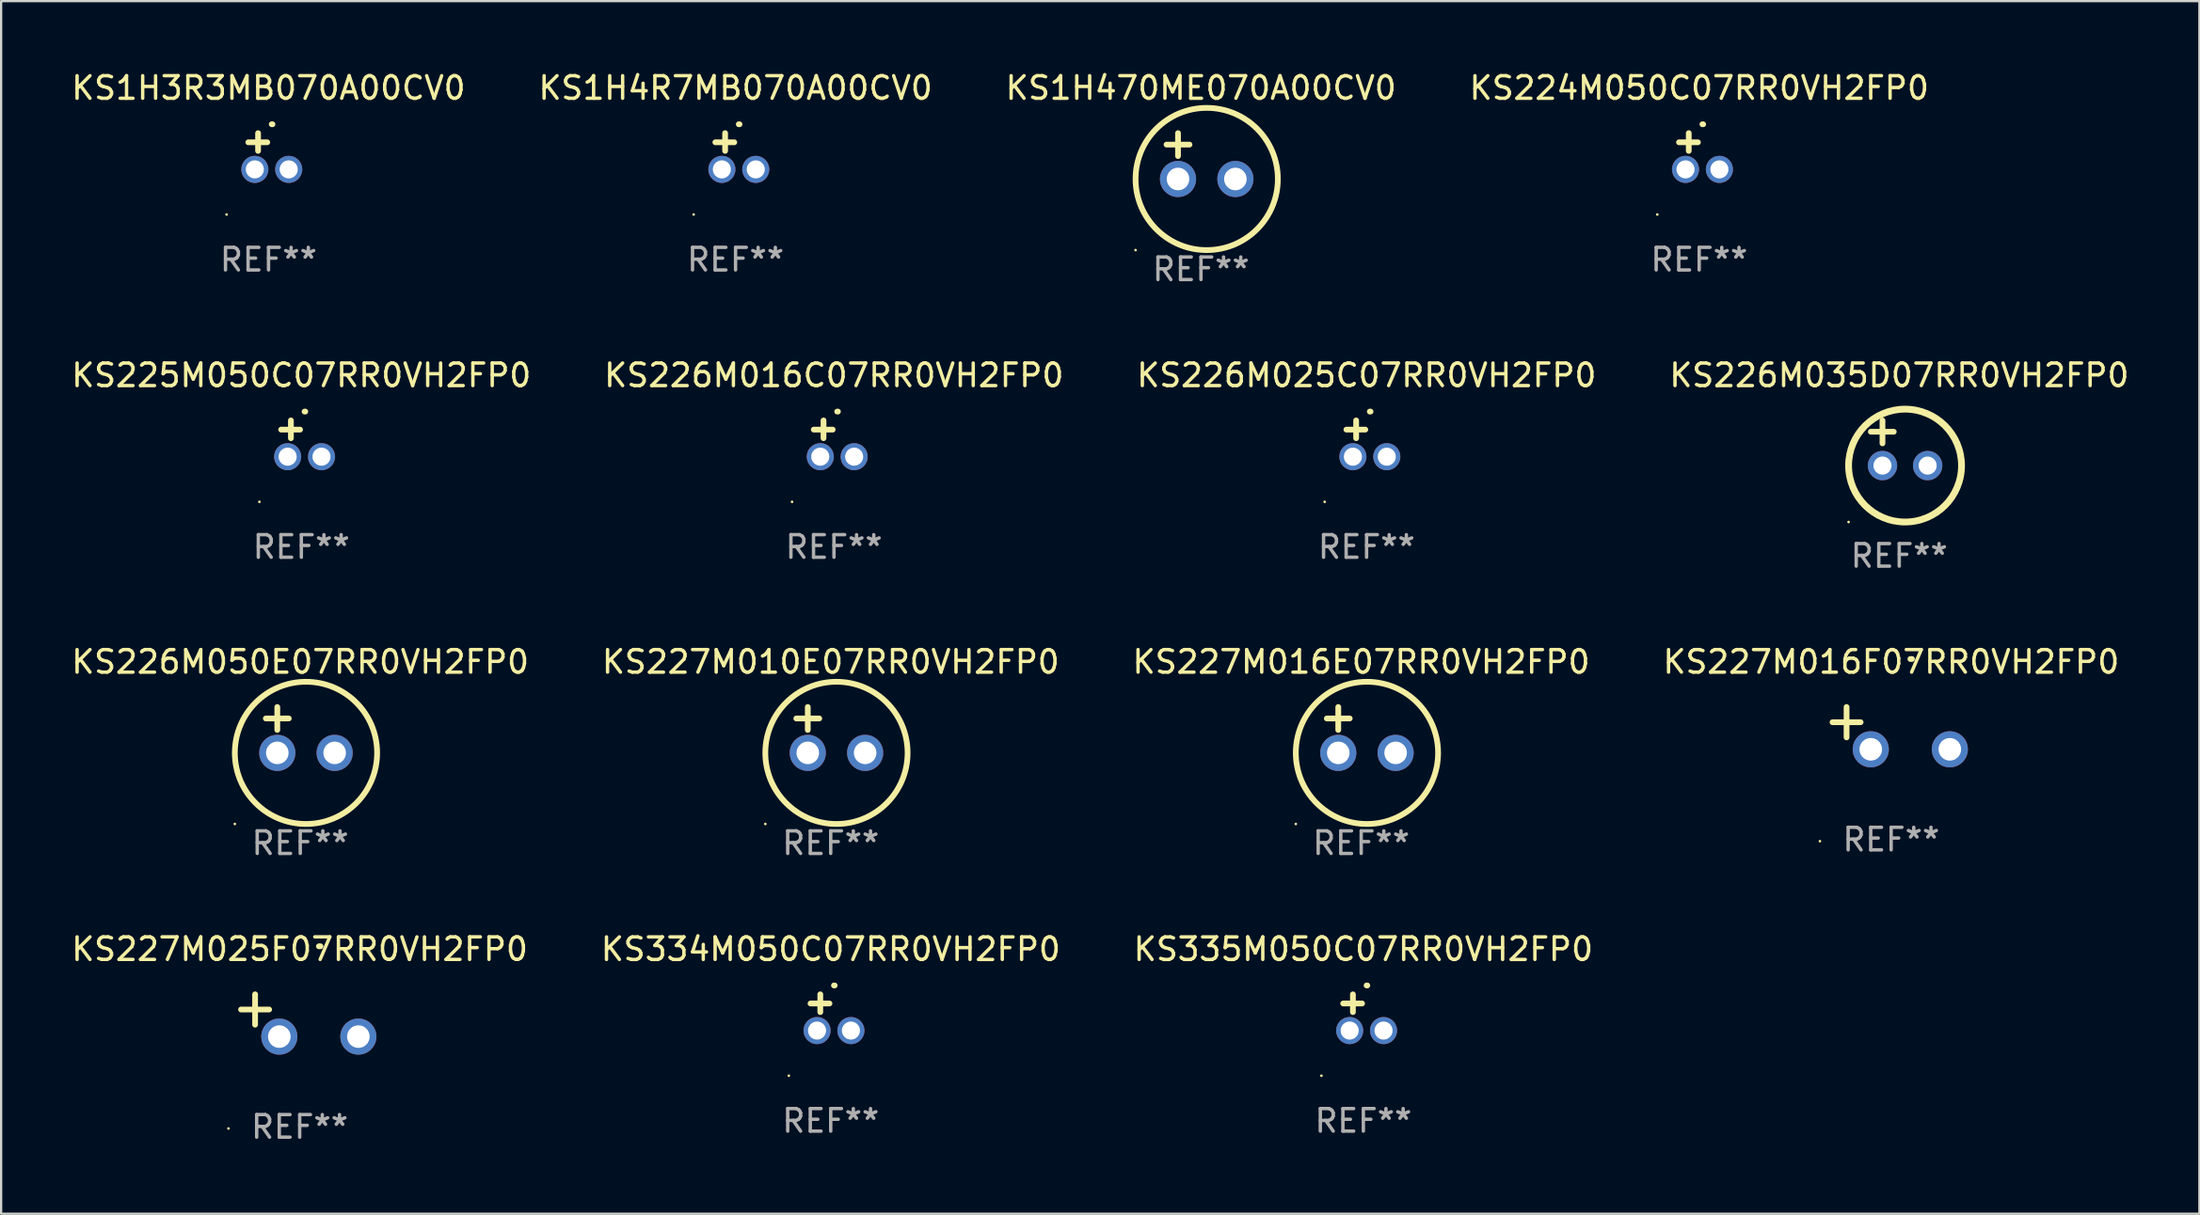
<source format=kicad_pcb>
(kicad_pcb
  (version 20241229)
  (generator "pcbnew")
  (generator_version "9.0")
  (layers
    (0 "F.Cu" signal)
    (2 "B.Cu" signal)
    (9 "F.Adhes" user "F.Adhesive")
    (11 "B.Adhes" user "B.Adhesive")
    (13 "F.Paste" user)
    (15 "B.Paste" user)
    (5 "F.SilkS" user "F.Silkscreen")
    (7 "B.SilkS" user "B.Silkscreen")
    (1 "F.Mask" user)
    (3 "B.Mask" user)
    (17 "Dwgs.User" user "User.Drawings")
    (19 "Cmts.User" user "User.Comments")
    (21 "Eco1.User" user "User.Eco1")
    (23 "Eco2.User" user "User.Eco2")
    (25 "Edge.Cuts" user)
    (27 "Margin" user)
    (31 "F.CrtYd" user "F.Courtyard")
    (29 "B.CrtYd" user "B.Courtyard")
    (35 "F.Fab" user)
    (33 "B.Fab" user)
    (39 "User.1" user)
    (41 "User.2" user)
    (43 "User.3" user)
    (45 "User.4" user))
  (footprint "KS227M025F07RR0VH2FP0"
    (layer "F.Cu")
    (at 10.22 41.938)
    (property "Reference" "KS227M025F07RR0VH2FP0" (at 0 -2.937 0) (layer "F.SilkS") (effects (font (size 1 1) (thickness 0.15))))
    (attr through_hole)
    (fp_line (start -1.975 0.41) (end -1.975 -0.937) (stroke (width 0.254) (type solid)) (layer "F.SilkS"))
    (fp_line (start -1.353 -0.263) (end -2.597 -0.263) (stroke (width 0.254) (type solid)) (layer "F.SilkS"))
    (fp_arc (start 0.849809 -3.063957) (mid 0.885369 -3.064114) (end 0.920929 -3.063957) (stroke (width 0.254001) (type solid)) (layer "F.SilkS"))
    (fp_circle (center -3.154 5.008) (end -3.124 5.008) (stroke (width 0.06) (type solid)) (fill no) (layer "F.SilkS"))
    (fp_text user "REF**" (at 0 4.937 0) (layer "F.Fab") (effects (font (size 1 1) (thickness 0.15))))
    (pad "1" thru_hole circle (at -0.903 0.937) (size 1.6 1.6) (drill 1) (layers "*.Cu" "*.Mask"))
    (pad "2" thru_hole circle (at 2.597 0.937) (size 1.6 1.6) (drill 1) (layers "*.Cu" "*.Mask")))
  (footprint "KS225M050C07RR0VH2FP0"
    (layer "F.Cu")
    (at 10.292 16.38)
    (property "Reference" "KS225M050C07RR0VH2FP0" (at 0 -2.803 0) (layer "F.SilkS") (effects (font (size 1 1) (thickness 0.15))))
    (attr through_hole)
    (fp_line (start -0.462 -0.016) (end -0.462 -0.803) (stroke (width 0.254) (type solid)) (layer "F.SilkS"))
    (fp_line (start -0.056 -0.397) (end -0.894 -0.397) (stroke (width 0.254) (type solid)) (layer "F.SilkS"))
    (fp_arc (start 0.142799 -1.195784) (mid 0.159309 -1.195852) (end 0.175819 -1.195784) (stroke (width 0.254001) (type solid)) (layer "F.SilkS"))
    (fp_circle (center -1.856 2.803) (end -1.826 2.803) (stroke (width 0.06) (type solid)) (fill no) (layer "F.SilkS"))
    (fp_text user "REF**" (at 0 4.803 0) (layer "F.Fab") (effects (font (size 1 1) (thickness 0.15))))
    (pad "1" thru_hole circle (at -0.606 0.803) (size 1.2 1.2) (drill 0.8) (layers "*.Cu" "*.Mask"))
    (pad "2" thru_hole circle (at 0.894 0.803) (size 1.2 1.2) (drill 0.8) (layers "*.Cu" "*.Mask")))
  (footprint "KS1H470ME070A00CV0"
    (layer "F.Cu")
    (at 50.125 3.864)
    (property "Reference" "KS1H470ME070A00CV0" (at 0 -3.016 0) (layer "F.SilkS") (effects (font (size 1 1) (thickness 0.15))))
    (attr through_hole)
    (fp_line (start -1.524 -0.508) (end -0.508 -0.508) (stroke (width 0.254) (type solid)) (layer "F.SilkS"))
    (fp_line (start -1.016 -1.016) (end -1.016 0) (stroke (width 0.254) (type solid)) (layer "F.SilkS"))
    (fp_circle (center -2.896 4.166) (end -2.866 4.166) (stroke (width 0.06) (type solid)) (fill no) (layer "F.SilkS"))
    (fp_circle (center 0.254 1.016) (end 3.404 1.016) (stroke (width 0.254) (type solid)) (fill no) (layer "F.SilkS"))
    (fp_text user "REF**" (at 0 5.016 0) (layer "F.Fab") (effects (font (size 1 1) (thickness 0.15))))
    (pad "1" thru_hole circle (at -1.016 1.016) (size 1.6 1.6) (drill 1) (layers "*.Cu" "*.Mask"))
    (pad "2" thru_hole circle (at 1.524 1.016) (size 1.6 1.6) (drill 1) (layers "*.Cu" "*.Mask")))
  (footprint "KS227M016F07RR0VH2FP0"
    (layer "F.Cu")
    (at 80.685 29.21)
    (property "Reference" "KS227M016F07RR0VH2FP0" (at 0 -2.937 0) (layer "F.SilkS") (effects (font (size 1 1) (thickness 0.15))))
    (attr through_hole)
    (fp_line (start -1.975 0.41) (end -1.975 -0.937) (stroke (width 0.254) (type solid)) (layer "F.SilkS"))
    (fp_line (start -1.353 -0.263) (end -2.597 -0.263) (stroke (width 0.254) (type solid)) (layer "F.SilkS"))
    (fp_arc (start 0.849809 -3.063957) (mid 0.885369 -3.064114) (end 0.920929 -3.063957) (stroke (width 0.254001) (type solid)) (layer "F.SilkS"))
    (fp_circle (center -3.154 5.008) (end -3.124 5.008) (stroke (width 0.06) (type solid)) (fill no) (layer "F.SilkS"))
    (fp_text user "REF**" (at 0 4.937 0) (layer "F.Fab") (effects (font (size 1 1) (thickness 0.15))))
    (pad "1" thru_hole circle (at -0.903 0.937) (size 1.6 1.6) (drill 1) (layers "*.Cu" "*.Mask"))
    (pad "2" thru_hole circle (at 2.597 0.937) (size 1.6 1.6) (drill 1) (layers "*.Cu" "*.Mask")))
  (footprint "KS1H3R3MB070A00CV0"
    (layer "F.Cu")
    (at 8.839 3.651)
    (property "Reference" "KS1H3R3MB070A00CV0" (at 0 -2.803 0) (layer "F.SilkS") (effects (font (size 1 1) (thickness 0.15))))
    (attr through_hole)
    (fp_line (start -0.462 -0.016) (end -0.462 -0.803) (stroke (width 0.254) (type solid)) (layer "F.SilkS"))
    (fp_line (start -0.056 -0.397) (end -0.894 -0.397) (stroke (width 0.254) (type solid)) (layer "F.SilkS"))
    (fp_arc (start 0.142799 -1.195784) (mid 0.159309 -1.195852) (end 0.175819 -1.195784) (stroke (width 0.254001) (type solid)) (layer "F.SilkS"))
    (fp_circle (center -1.856 2.803) (end -1.826 2.803) (stroke (width 0.06) (type solid)) (fill no) (layer "F.SilkS"))
    (fp_text user "REF**" (at 0 4.803 0) (layer "F.Fab") (effects (font (size 1 1) (thickness 0.15))))
    (pad "1" thru_hole circle (at -0.606 0.803) (size 1.2 1.2) (drill 0.8) (layers "*.Cu" "*.Mask"))
    (pad "2" thru_hole circle (at 0.894 0.803) (size 1.2 1.2) (drill 0.8) (layers "*.Cu" "*.Mask")))
  (footprint "KS224M050C07RR0VH2FP0"
    (layer "F.Cu")
    (at 72.185 3.651)
    (property "Reference" "KS224M050C07RR0VH2FP0" (at 0 -2.803 0) (layer "F.SilkS") (effects (font (size 1 1) (thickness 0.15))))
    (attr through_hole)
    (fp_line (start -0.462 -0.016) (end -0.462 -0.803) (stroke (width 0.254) (type solid)) (layer "F.SilkS"))
    (fp_line (start -0.056 -0.397) (end -0.894 -0.397) (stroke (width 0.254) (type solid)) (layer "F.SilkS"))
    (fp_arc (start 0.142799 -1.195784) (mid 0.159309 -1.195852) (end 0.175819 -1.195784) (stroke (width 0.254001) (type solid)) (layer "F.SilkS"))
    (fp_circle (center -1.856 2.803) (end -1.826 2.803) (stroke (width 0.06) (type solid)) (fill no) (layer "F.SilkS"))
    (fp_text user "REF**" (at 0 4.803 0) (layer "F.Fab") (effects (font (size 1 1) (thickness 0.15))))
    (pad "1" thru_hole circle (at -0.606 0.803) (size 1.2 1.2) (drill 0.8) (layers "*.Cu" "*.Mask"))
    (pad "2" thru_hole circle (at 0.894 0.803) (size 1.2 1.2) (drill 0.8) (layers "*.Cu" "*.Mask")))
  (footprint "KS334M050C07RR0VH2FP0"
    (layer "F.Cu")
    (at 33.732 41.805)
    (property "Reference" "KS334M050C07RR0VH2FP0" (at 0 -2.803 0) (layer "F.SilkS") (effects (font (size 1 1) (thickness 0.15))))
    (attr through_hole)
    (fp_line (start -0.462 -0.016) (end -0.462 -0.803) (stroke (width 0.254) (type solid)) (layer "F.SilkS"))
    (fp_line (start -0.056 -0.397) (end -0.894 -0.397) (stroke (width 0.254) (type solid)) (layer "F.SilkS"))
    (fp_arc (start 0.142799 -1.195784) (mid 0.159309 -1.195852) (end 0.175819 -1.195784) (stroke (width 0.254001) (type solid)) (layer "F.SilkS"))
    (fp_circle (center -1.856 2.803) (end -1.826 2.803) (stroke (width 0.06) (type solid)) (fill no) (layer "F.SilkS"))
    (fp_text user "REF**" (at 0 4.803 0) (layer "F.Fab") (effects (font (size 1 1) (thickness 0.15))))
    (pad "1" thru_hole circle (at -0.606 0.803) (size 1.2 1.2) (drill 0.8) (layers "*.Cu" "*.Mask"))
    (pad "2" thru_hole circle (at 0.894 0.803) (size 1.2 1.2) (drill 0.8) (layers "*.Cu" "*.Mask")))
  (footprint "KS226M016C07RR0VH2FP0"
    (layer "F.Cu")
    (at 33.875 16.38)
    (property "Reference" "KS226M016C07RR0VH2FP0" (at 0 -2.803 0) (layer "F.SilkS") (effects (font (size 1 1) (thickness 0.15))))
    (attr through_hole)
    (fp_line (start -0.462 -0.016) (end -0.462 -0.803) (stroke (width 0.254) (type solid)) (layer "F.SilkS"))
    (fp_line (start -0.056 -0.397) (end -0.894 -0.397) (stroke (width 0.254) (type solid)) (layer "F.SilkS"))
    (fp_arc (start 0.142799 -1.195784) (mid 0.159309 -1.195852) (end 0.175819 -1.195784) (stroke (width 0.254001) (type solid)) (layer "F.SilkS"))
    (fp_circle (center -1.856 2.803) (end -1.826 2.803) (stroke (width 0.06) (type solid)) (fill no) (layer "F.SilkS"))
    (fp_text user "REF**" (at 0 4.803 0) (layer "F.Fab") (effects (font (size 1 1) (thickness 0.15))))
    (pad "1" thru_hole circle (at -0.606 0.803) (size 1.2 1.2) (drill 0.8) (layers "*.Cu" "*.Mask"))
    (pad "2" thru_hole circle (at 0.894 0.803) (size 1.2 1.2) (drill 0.8) (layers "*.Cu" "*.Mask")))
  (footprint "KS227M016E07RR0VH2FP0"
    (layer "F.Cu")
    (at 57.22 29.289)
    (property "Reference" "KS227M016E07RR0VH2FP0" (at 0 -3.016 0) (layer "F.SilkS") (effects (font (size 1 1) (thickness 0.15))))
    (attr through_hole)
    (fp_line (start -1.524 -0.508) (end -0.508 -0.508) (stroke (width 0.254) (type solid)) (layer "F.SilkS"))
    (fp_line (start -1.016 -1.016) (end -1.016 0) (stroke (width 0.254) (type solid)) (layer "F.SilkS"))
    (fp_circle (center -2.896 4.166) (end -2.866 4.166) (stroke (width 0.06) (type solid)) (fill no) (layer "F.SilkS"))
    (fp_circle (center 0.254 1.016) (end 3.404 1.016) (stroke (width 0.254) (type solid)) (fill no) (layer "F.SilkS"))
    (fp_text user "REF**" (at 0 5.016 0) (layer "F.Fab") (effects (font (size 1 1) (thickness 0.15))))
    (pad "1" thru_hole circle (at -1.016 1.016) (size 1.6 1.6) (drill 1) (layers "*.Cu" "*.Mask"))
    (pad "2" thru_hole circle (at 1.524 1.016) (size 1.6 1.6) (drill 1) (layers "*.Cu" "*.Mask")))
  (footprint "KS227M010E07RR0VH2FP0"
    (layer "F.Cu")
    (at 33.732 29.289)
    (property "Reference" "KS227M010E07RR0VH2FP0" (at 0 -3.016 0) (layer "F.SilkS") (effects (font (size 1 1) (thickness 0.15))))
    (attr through_hole)
    (fp_line (start -1.524 -0.508) (end -0.508 -0.508) (stroke (width 0.254) (type solid)) (layer "F.SilkS"))
    (fp_line (start -1.016 -1.016) (end -1.016 0) (stroke (width 0.254) (type solid)) (layer "F.SilkS"))
    (fp_circle (center -2.896 4.166) (end -2.866 4.166) (stroke (width 0.06) (type solid)) (fill no) (layer "F.SilkS"))
    (fp_circle (center 0.254 1.016) (end 3.404 1.016) (stroke (width 0.254) (type solid)) (fill no) (layer "F.SilkS"))
    (fp_text user "REF**" (at 0 5.016 0) (layer "F.Fab") (effects (font (size 1 1) (thickness 0.15))))
    (pad "1" thru_hole circle (at -1.016 1.016) (size 1.6 1.6) (drill 1) (layers "*.Cu" "*.Mask"))
    (pad "2" thru_hole circle (at 1.524 1.016) (size 1.6 1.6) (drill 1) (layers "*.Cu" "*.Mask")))
  (footprint "KS226M035D07RR0VH2FP0"
    (layer "F.Cu")
    (at 81.042 16.577)
    (property "Reference" "KS226M035D07RR0VH2FP0" (at 0 -3 0) (layer "F.SilkS") (effects (font (size 1 1) (thickness 0.15))))
    (attr through_hole)
    (fp_line (start -1.258 -0.5) (end -0.242 -0.5) (stroke (width 0.254) (type solid)) (layer "F.SilkS"))
    (fp_line (start -0.742 -1) (end -0.742 0.016) (stroke (width 0.254) (type solid)) (layer "F.SilkS"))
    (fp_circle (center -2.242 3.5) (end -2.212 3.5) (stroke (width 0.06) (type solid)) (fill no) (layer "F.SilkS"))
    (fp_circle (center 0.258 1) (end 2.758 1) (stroke (width 0.3) (type solid)) (fill no) (layer "F.SilkS"))
    (fp_text user "REF**" (at 0 5 0) (layer "F.Fab") (effects (font (size 1 1) (thickness 0.15))))
    (pad "1" thru_hole circle (at -0.742 1) (size 1.3 1.3) (drill 0.8) (layers "*.Cu" "*.Mask"))
    (pad "2" thru_hole circle (at 1.258 1) (size 1.3 1.3) (drill 0.8) (layers "*.Cu" "*.Mask")))
  (footprint "KS1H4R7MB070A00CV0"
    (layer "F.Cu")
    (at 29.518 3.651)
    (property "Reference" "KS1H4R7MB070A00CV0" (at 0 -2.803 0) (layer "F.SilkS") (effects (font (size 1 1) (thickness 0.15))))
    (attr through_hole)
    (fp_line (start -0.462 -0.016) (end -0.462 -0.803) (stroke (width 0.254) (type solid)) (layer "F.SilkS"))
    (fp_line (start -0.056 -0.397) (end -0.894 -0.397) (stroke (width 0.254) (type solid)) (layer "F.SilkS"))
    (fp_arc (start 0.142799 -1.195784) (mid 0.159309 -1.195852) (end 0.175819 -1.195784) (stroke (width 0.254001) (type solid)) (layer "F.SilkS"))
    (fp_circle (center -1.856 2.803) (end -1.826 2.803) (stroke (width 0.06) (type solid)) (fill no) (layer "F.SilkS"))
    (fp_text user "REF**" (at 0 4.803 0) (layer "F.Fab") (effects (font (size 1 1) (thickness 0.15))))
    (pad "1" thru_hole circle (at -0.606 0.803) (size 1.2 1.2) (drill 0.8) (layers "*.Cu" "*.Mask"))
    (pad "2" thru_hole circle (at 0.894 0.803) (size 1.2 1.2) (drill 0.8) (layers "*.Cu" "*.Mask")))
  (footprint "KS226M025C07RR0VH2FP0"
    (layer "F.Cu")
    (at 57.458 16.38)
    (property "Reference" "KS226M025C07RR0VH2FP0" (at 0 -2.803 0) (layer "F.SilkS") (effects (font (size 1 1) (thickness 0.15))))
    (attr through_hole)
    (fp_line (start -0.462 -0.016) (end -0.462 -0.803) (stroke (width 0.254) (type solid)) (layer "F.SilkS"))
    (fp_line (start -0.056 -0.397) (end -0.894 -0.397) (stroke (width 0.254) (type solid)) (layer "F.SilkS"))
    (fp_arc (start 0.142799 -1.195784) (mid 0.159309 -1.195852) (end 0.175819 -1.195784) (stroke (width 0.254001) (type solid)) (layer "F.SilkS"))
    (fp_circle (center -1.856 2.803) (end -1.826 2.803) (stroke (width 0.06) (type solid)) (fill no) (layer "F.SilkS"))
    (fp_text user "REF**" (at 0 4.803 0) (layer "F.Fab") (effects (font (size 1 1) (thickness 0.15))))
    (pad "1" thru_hole circle (at -0.606 0.803) (size 1.2 1.2) (drill 0.8) (layers "*.Cu" "*.Mask"))
    (pad "2" thru_hole circle (at 0.894 0.803) (size 1.2 1.2) (drill 0.8) (layers "*.Cu" "*.Mask")))
  (footprint "KS335M050C07RR0VH2FP0"
    (layer "F.Cu")
    (at 57.315 41.805)
    (property "Reference" "KS335M050C07RR0VH2FP0" (at 0 -2.803 0) (layer "F.SilkS") (effects (font (size 1 1) (thickness 0.15))))
    (attr through_hole)
    (fp_line (start -0.462 -0.016) (end -0.462 -0.803) (stroke (width 0.254) (type solid)) (layer "F.SilkS"))
    (fp_line (start -0.056 -0.397) (end -0.894 -0.397) (stroke (width 0.254) (type solid)) (layer "F.SilkS"))
    (fp_arc (start 0.142799 -1.195784) (mid 0.159309 -1.195852) (end 0.175819 -1.195784) (stroke (width 0.254001) (type solid)) (layer "F.SilkS"))
    (fp_circle (center -1.856 2.803) (end -1.826 2.803) (stroke (width 0.06) (type solid)) (fill no) (layer "F.SilkS"))
    (fp_text user "REF**" (at 0 4.803 0) (layer "F.Fab") (effects (font (size 1 1) (thickness 0.15))))
    (pad "1" thru_hole circle (at -0.606 0.803) (size 1.2 1.2) (drill 0.8) (layers "*.Cu" "*.Mask"))
    (pad "2" thru_hole circle (at 0.894 0.803) (size 1.2 1.2) (drill 0.8) (layers "*.Cu" "*.Mask")))
  (footprint "KS226M050E07RR0VH2FP0"
    (layer "F.Cu")
    (at 10.244 29.289)
    (property "Reference" "KS226M050E07RR0VH2FP0" (at 0 -3.016 0) (layer "F.SilkS") (effects (font (size 1 1) (thickness 0.15))))
    (attr through_hole)
    (fp_line (start -1.524 -0.508) (end -0.508 -0.508) (stroke (width 0.254) (type solid)) (layer "F.SilkS"))
    (fp_line (start -1.016 -1.016) (end -1.016 0) (stroke (width 0.254) (type solid)) (layer "F.SilkS"))
    (fp_circle (center -2.896 4.166) (end -2.866 4.166) (stroke (width 0.06) (type solid)) (fill no) (layer "F.SilkS"))
    (fp_circle (center 0.254 1.016) (end 3.404 1.016) (stroke (width 0.254) (type solid)) (fill no) (layer "F.SilkS"))
    (fp_text user "REF**" (at 0 5.016 0) (layer "F.Fab") (effects (font (size 1 1) (thickness 0.15))))
    (pad "1" thru_hole circle (at -1.016 1.016) (size 1.6 1.6) (drill 1) (layers "*.Cu" "*.Mask"))
    (pad "2" thru_hole circle (at 1.524 1.016) (size 1.6 1.6) (drill 1) (layers "*.Cu" "*.Mask")))
  (gr_rect
    (start -3 -3)
    (end 94.333 50.723)
    (stroke (width 0.1) (type default))
    (fill no)
    (layer "Edge.Cuts")))
</source>
